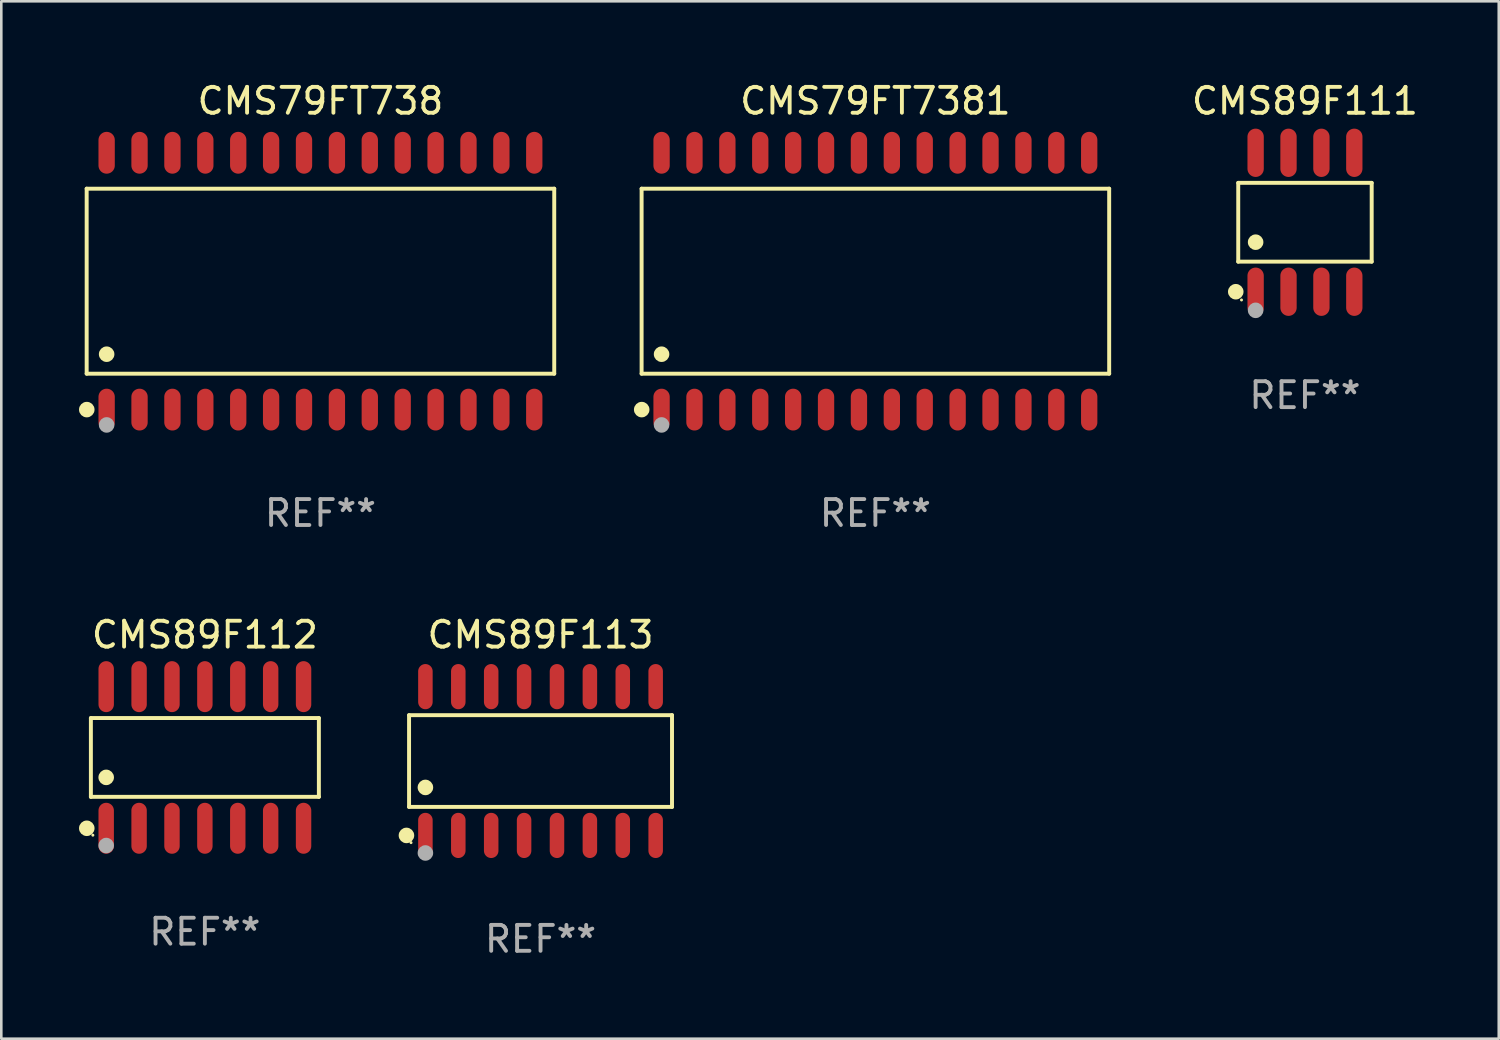
<source format=kicad_pcb>
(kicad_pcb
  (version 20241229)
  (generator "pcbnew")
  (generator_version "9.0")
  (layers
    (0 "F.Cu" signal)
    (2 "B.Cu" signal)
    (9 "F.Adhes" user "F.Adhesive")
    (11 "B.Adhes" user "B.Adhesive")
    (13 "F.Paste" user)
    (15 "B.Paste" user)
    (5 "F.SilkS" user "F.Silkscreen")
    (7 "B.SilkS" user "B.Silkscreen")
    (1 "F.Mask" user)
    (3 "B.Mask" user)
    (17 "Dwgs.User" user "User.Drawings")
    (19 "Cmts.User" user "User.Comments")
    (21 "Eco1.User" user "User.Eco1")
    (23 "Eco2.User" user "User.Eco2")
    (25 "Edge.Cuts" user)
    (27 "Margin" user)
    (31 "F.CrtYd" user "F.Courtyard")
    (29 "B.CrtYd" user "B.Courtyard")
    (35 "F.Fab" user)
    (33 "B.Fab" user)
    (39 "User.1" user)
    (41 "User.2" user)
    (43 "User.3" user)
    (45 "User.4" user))
  (footprint "CMS79FT7381"
    (layer "F.Cu")
    (at 30.747 7.806)
    (property "Reference" "CMS79FT7381" (at 0 -6.958 0) (layer "F.SilkS") (effects (font (size 1 1) (thickness 0.15))))
    (attr through_hole)
    (fp_line (start -9.026 -3.571) (end 9.026 -3.571) (stroke (width 0.152) (type solid)) (layer "F.SilkS"))
    (fp_line (start -9.026 3.571) (end -9.026 -3.571) (stroke (width 0.152) (type solid)) (layer "F.SilkS"))
    (fp_line (start 9.026 -3.571) (end 9.026 3.571) (stroke (width 0.152) (type solid)) (layer "F.SilkS"))
    (fp_line (start 9.026 3.571) (end -9.026 3.571) (stroke (width 0.152) (type solid)) (layer "F.SilkS"))
    (fp_circle (center -9.022 4.958) (end -8.872 4.958) (stroke (width 0.3) (type solid)) (fill no) (layer "F.SilkS"))
    (fp_circle (center -8.95 5.15) (end -8.92 5.15) (stroke (width 0.06) (type solid)) (fill no) (layer "F.SilkS"))
    (fp_circle (center -8.255 2.819) (end -8.105 2.819) (stroke (width 0.3) (type solid)) (fill no) (layer "F.SilkS"))
    (fp_circle (center -8.255 5.55) (end -8.105 5.55) (stroke (width 0.3) (type solid)) (fill no) (layer "F.Fab"))
    (fp_text user "REF**" (at 0 8.958 0) (layer "F.Fab") (effects (font (size 1 1) (thickness 0.15))))
    (pad "1" smd oval (at -8.255 4.958) (size 0.63 1.615) (layers "F.Cu" "F.Mask" "F.Paste"))
    (pad "2" smd oval (at -6.985 4.958) (size 0.63 1.615) (layers "F.Cu" "F.Mask" "F.Paste"))
    (pad "3" smd oval (at -5.715 4.958) (size 0.63 1.615) (layers "F.Cu" "F.Mask" "F.Paste"))
    (pad "4" smd oval (at -4.445 4.958) (size 0.63 1.615) (layers "F.Cu" "F.Mask" "F.Paste"))
    (pad "5" smd oval (at -3.175 4.958) (size 0.63 1.615) (layers "F.Cu" "F.Mask" "F.Paste"))
    (pad "6" smd oval (at -1.905 4.958) (size 0.63 1.615) (layers "F.Cu" "F.Mask" "F.Paste"))
    (pad "7" smd oval (at -0.635 4.958) (size 0.63 1.615) (layers "F.Cu" "F.Mask" "F.Paste"))
    (pad "8" smd oval (at 0.635 4.958) (size 0.63 1.615) (layers "F.Cu" "F.Mask" "F.Paste"))
    (pad "9" smd oval (at 1.905 4.958) (size 0.63 1.615) (layers "F.Cu" "F.Mask" "F.Paste"))
    (pad "10" smd oval (at 3.175 4.958) (size 0.63 1.615) (layers "F.Cu" "F.Mask" "F.Paste"))
    (pad "11" smd oval (at 4.445 4.958) (size 0.63 1.615) (layers "F.Cu" "F.Mask" "F.Paste"))
    (pad "12" smd oval (at 5.715 4.958) (size 0.63 1.615) (layers "F.Cu" "F.Mask" "F.Paste"))
    (pad "13" smd oval (at 6.985 4.958) (size 0.63 1.615) (layers "F.Cu" "F.Mask" "F.Paste"))
    (pad "14" smd oval (at 8.255 4.958) (size 0.63 1.615) (layers "F.Cu" "F.Mask" "F.Paste"))
    (pad "15" smd oval (at 8.255 -4.958) (size 0.63 1.615) (layers "F.Cu" "F.Mask" "F.Paste"))
    (pad "16" smd oval (at 6.985 -4.958) (size 0.63 1.615) (layers "F.Cu" "F.Mask" "F.Paste"))
    (pad "17" smd oval (at 5.715 -4.958) (size 0.63 1.615) (layers "F.Cu" "F.Mask" "F.Paste"))
    (pad "18" smd oval (at 4.445 -4.958) (size 0.63 1.615) (layers "F.Cu" "F.Mask" "F.Paste"))
    (pad "19" smd oval (at 3.175 -4.958) (size 0.63 1.615) (layers "F.Cu" "F.Mask" "F.Paste"))
    (pad "20" smd oval (at 1.905 -4.958) (size 0.63 1.615) (layers "F.Cu" "F.Mask" "F.Paste"))
    (pad "21" smd oval (at 0.635 -4.958) (size 0.63 1.615) (layers "F.Cu" "F.Mask" "F.Paste"))
    (pad "22" smd oval (at -0.635 -4.958) (size 0.63 1.615) (layers "F.Cu" "F.Mask" "F.Paste"))
    (pad "23" smd oval (at -1.905 -4.958) (size 0.63 1.615) (layers "F.Cu" "F.Mask" "F.Paste"))
    (pad "24" smd oval (at -3.175 -4.958) (size 0.63 1.615) (layers "F.Cu" "F.Mask" "F.Paste"))
    (pad "25" smd oval (at -4.445 -4.958) (size 0.63 1.615) (layers "F.Cu" "F.Mask" "F.Paste"))
    (pad "26" smd oval (at -5.715 -4.958) (size 0.63 1.615) (layers "F.Cu" "F.Mask" "F.Paste"))
    (pad "27" smd oval (at -6.985 -4.958) (size 0.63 1.615) (layers "F.Cu" "F.Mask" "F.Paste"))
    (pad "28" smd oval (at -8.255 -4.958) (size 0.63 1.615) (layers "F.Cu" "F.Mask" "F.Paste")))
  (footprint "CMS89F113"
    (layer "F.Cu")
    (at 17.819 26.332)
    (property "Reference" "CMS89F113" (at 0 -4.872 0) (layer "F.SilkS") (effects (font (size 1 1) (thickness 0.15))))
    (attr through_hole)
    (fp_line (start -5.076 -1.771) (end 5.076 -1.771) (stroke (width 0.152) (type solid)) (layer "F.SilkS"))
    (fp_line (start -5.076 1.771) (end -5.076 -1.771) (stroke (width 0.152) (type solid)) (layer "F.SilkS"))
    (fp_line (start 5.076 -1.771) (end 5.076 1.771) (stroke (width 0.152) (type solid)) (layer "F.SilkS"))
    (fp_line (start 5.076 1.771) (end -5.076 1.771) (stroke (width 0.152) (type solid)) (layer "F.SilkS"))
    (fp_circle (center -5.177 2.872) (end -5.027 2.872) (stroke (width 0.3) (type solid)) (fill no) (layer "F.SilkS"))
    (fp_circle (center -5 3.15) (end -4.97 3.15) (stroke (width 0.06) (type solid)) (fill no) (layer "F.SilkS"))
    (fp_circle (center -4.445 1.019) (end -4.295 1.019) (stroke (width 0.3) (type solid)) (fill no) (layer "F.SilkS"))
    (fp_circle (center -4.445 3.55) (end -4.295 3.55) (stroke (width 0.3) (type solid)) (fill no) (layer "F.Fab"))
    (fp_text user "REF**" (at 0 6.872 0) (layer "F.Fab") (effects (font (size 1 1) (thickness 0.15))))
    (pad "1" smd oval (at -4.445 2.872) (size 0.56 1.745) (layers "F.Cu" "F.Mask" "F.Paste"))
    (pad "2" smd oval (at -3.175 2.872) (size 0.56 1.745) (layers "F.Cu" "F.Mask" "F.Paste"))
    (pad "3" smd oval (at -1.905 2.872) (size 0.56 1.745) (layers "F.Cu" "F.Mask" "F.Paste"))
    (pad "4" smd oval (at -0.635 2.872) (size 0.56 1.745) (layers "F.Cu" "F.Mask" "F.Paste"))
    (pad "5" smd oval (at 0.635 2.872) (size 0.56 1.745) (layers "F.Cu" "F.Mask" "F.Paste"))
    (pad "6" smd oval (at 1.905 2.872) (size 0.56 1.745) (layers "F.Cu" "F.Mask" "F.Paste"))
    (pad "7" smd oval (at 3.175 2.872) (size 0.56 1.745) (layers "F.Cu" "F.Mask" "F.Paste"))
    (pad "8" smd oval (at 4.445 2.872) (size 0.56 1.745) (layers "F.Cu" "F.Mask" "F.Paste"))
    (pad "9" smd oval (at 4.445 -2.872) (size 0.56 1.745) (layers "F.Cu" "F.Mask" "F.Paste"))
    (pad "10" smd oval (at 3.175 -2.872) (size 0.56 1.745) (layers "F.Cu" "F.Mask" "F.Paste"))
    (pad "11" smd oval (at 1.905 -2.872) (size 0.56 1.745) (layers "F.Cu" "F.Mask" "F.Paste"))
    (pad "12" smd oval (at 0.635 -2.872) (size 0.56 1.745) (layers "F.Cu" "F.Mask" "F.Paste"))
    (pad "13" smd oval (at -0.635 -2.872) (size 0.56 1.745) (layers "F.Cu" "F.Mask" "F.Paste"))
    (pad "14" smd oval (at -1.905 -2.872) (size 0.56 1.745) (layers "F.Cu" "F.Mask" "F.Paste"))
    (pad "15" smd oval (at -3.175 -2.872) (size 0.56 1.745) (layers "F.Cu" "F.Mask" "F.Paste"))
    (pad "16" smd oval (at -4.445 -2.872) (size 0.56 1.745) (layers "F.Cu" "F.Mask" "F.Paste")))
  (footprint "CMS89F111"
    (layer "F.Cu")
    (at 47.332 5.531)
    (property "Reference" "CMS89F111" (at 0 -4.682 0) (layer "F.SilkS") (effects (font (size 1 1) (thickness 0.15))))
    (attr through_hole)
    (fp_line (start -2.576 -1.521) (end 2.576 -1.521) (stroke (width 0.152) (type solid)) (layer "F.SilkS"))
    (fp_line (start -2.576 1.521) (end -2.576 -1.521) (stroke (width 0.152) (type solid)) (layer "F.SilkS"))
    (fp_line (start 2.576 -1.521) (end 2.576 1.521) (stroke (width 0.152) (type solid)) (layer "F.SilkS"))
    (fp_line (start 2.576 1.521) (end -2.576 1.521) (stroke (width 0.152) (type solid)) (layer "F.SilkS"))
    (fp_circle (center -2.672 2.682) (end -2.522 2.682) (stroke (width 0.3) (type solid)) (fill no) (layer "F.SilkS"))
    (fp_circle (center -2.45 3) (end -2.42 3) (stroke (width 0.06) (type solid)) (fill no) (layer "F.SilkS"))
    (fp_circle (center -1.905 0.769) (end -1.755 0.769) (stroke (width 0.3) (type solid)) (fill no) (layer "F.SilkS"))
    (fp_circle (center -1.905 3.4) (end -1.755 3.4) (stroke (width 0.3) (type solid)) (fill no) (layer "F.Fab"))
    (fp_text user "REF**" (at 0 6.682 0) (layer "F.Fab") (effects (font (size 1 1) (thickness 0.15))))
    (pad "1" smd oval (at -1.905 2.682) (size 0.63 1.865) (layers "F.Cu" "F.Mask" "F.Paste"))
    (pad "2" smd oval (at -0.635 2.682) (size 0.63 1.865) (layers "F.Cu" "F.Mask" "F.Paste"))
    (pad "3" smd oval (at 0.635 2.682) (size 0.63 1.865) (layers "F.Cu" "F.Mask" "F.Paste"))
    (pad "4" smd oval (at 1.905 2.682) (size 0.63 1.865) (layers "F.Cu" "F.Mask" "F.Paste"))
    (pad "5" smd oval (at 1.905 -2.682) (size 0.63 1.865) (layers "F.Cu" "F.Mask" "F.Paste"))
    (pad "6" smd oval (at 0.635 -2.682) (size 0.63 1.865) (layers "F.Cu" "F.Mask" "F.Paste"))
    (pad "7" smd oval (at -0.635 -2.682) (size 0.63 1.865) (layers "F.Cu" "F.Mask" "F.Paste"))
    (pad "8" smd oval (at -1.905 -2.682) (size 0.63 1.865) (layers "F.Cu" "F.Mask" "F.Paste")))
  (footprint "CMS79FT738"
    (layer "F.Cu")
    (at 9.322 7.806)
    (property "Reference" "CMS79FT738" (at 0 -6.958 0) (layer "F.SilkS") (effects (font (size 1 1) (thickness 0.15))))
    (attr through_hole)
    (fp_line (start -9.026 -3.571) (end 9.026 -3.571) (stroke (width 0.152) (type solid)) (layer "F.SilkS"))
    (fp_line (start -9.026 3.571) (end -9.026 -3.571) (stroke (width 0.152) (type solid)) (layer "F.SilkS"))
    (fp_line (start 9.026 -3.571) (end 9.026 3.571) (stroke (width 0.152) (type solid)) (layer "F.SilkS"))
    (fp_line (start 9.026 3.571) (end -9.026 3.571) (stroke (width 0.152) (type solid)) (layer "F.SilkS"))
    (fp_circle (center -9.022 4.958) (end -8.872 4.958) (stroke (width 0.3) (type solid)) (fill no) (layer "F.SilkS"))
    (fp_circle (center -8.95 5.15) (end -8.92 5.15) (stroke (width 0.06) (type solid)) (fill no) (layer "F.SilkS"))
    (fp_circle (center -8.255 2.819) (end -8.105 2.819) (stroke (width 0.3) (type solid)) (fill no) (layer "F.SilkS"))
    (fp_circle (center -8.255 5.55) (end -8.105 5.55) (stroke (width 0.3) (type solid)) (fill no) (layer "F.Fab"))
    (fp_text user "REF**" (at 0 8.958 0) (layer "F.Fab") (effects (font (size 1 1) (thickness 0.15))))
    (pad "1" smd oval (at -8.255 4.958) (size 0.63 1.615) (layers "F.Cu" "F.Mask" "F.Paste"))
    (pad "2" smd oval (at -6.985 4.958) (size 0.63 1.615) (layers "F.Cu" "F.Mask" "F.Paste"))
    (pad "3" smd oval (at -5.715 4.958) (size 0.63 1.615) (layers "F.Cu" "F.Mask" "F.Paste"))
    (pad "4" smd oval (at -4.445 4.958) (size 0.63 1.615) (layers "F.Cu" "F.Mask" "F.Paste"))
    (pad "5" smd oval (at -3.175 4.958) (size 0.63 1.615) (layers "F.Cu" "F.Mask" "F.Paste"))
    (pad "6" smd oval (at -1.905 4.958) (size 0.63 1.615) (layers "F.Cu" "F.Mask" "F.Paste"))
    (pad "7" smd oval (at -0.635 4.958) (size 0.63 1.615) (layers "F.Cu" "F.Mask" "F.Paste"))
    (pad "8" smd oval (at 0.635 4.958) (size 0.63 1.615) (layers "F.Cu" "F.Mask" "F.Paste"))
    (pad "9" smd oval (at 1.905 4.958) (size 0.63 1.615) (layers "F.Cu" "F.Mask" "F.Paste"))
    (pad "10" smd oval (at 3.175 4.958) (size 0.63 1.615) (layers "F.Cu" "F.Mask" "F.Paste"))
    (pad "11" smd oval (at 4.445 4.958) (size 0.63 1.615) (layers "F.Cu" "F.Mask" "F.Paste"))
    (pad "12" smd oval (at 5.715 4.958) (size 0.63 1.615) (layers "F.Cu" "F.Mask" "F.Paste"))
    (pad "13" smd oval (at 6.985 4.958) (size 0.63 1.615) (layers "F.Cu" "F.Mask" "F.Paste"))
    (pad "14" smd oval (at 8.255 4.958) (size 0.63 1.615) (layers "F.Cu" "F.Mask" "F.Paste"))
    (pad "15" smd oval (at 8.255 -4.958) (size 0.63 1.615) (layers "F.Cu" "F.Mask" "F.Paste"))
    (pad "16" smd oval (at 6.985 -4.958) (size 0.63 1.615) (layers "F.Cu" "F.Mask" "F.Paste"))
    (pad "17" smd oval (at 5.715 -4.958) (size 0.63 1.615) (layers "F.Cu" "F.Mask" "F.Paste"))
    (pad "18" smd oval (at 4.445 -4.958) (size 0.63 1.615) (layers "F.Cu" "F.Mask" "F.Paste"))
    (pad "19" smd oval (at 3.175 -4.958) (size 0.63 1.615) (layers "F.Cu" "F.Mask" "F.Paste"))
    (pad "20" smd oval (at 1.905 -4.958) (size 0.63 1.615) (layers "F.Cu" "F.Mask" "F.Paste"))
    (pad "21" smd oval (at 0.635 -4.958) (size 0.63 1.615) (layers "F.Cu" "F.Mask" "F.Paste"))
    (pad "22" smd oval (at -0.635 -4.958) (size 0.63 1.615) (layers "F.Cu" "F.Mask" "F.Paste"))
    (pad "23" smd oval (at -1.905 -4.958) (size 0.63 1.615) (layers "F.Cu" "F.Mask" "F.Paste"))
    (pad "24" smd oval (at -3.175 -4.958) (size 0.63 1.615) (layers "F.Cu" "F.Mask" "F.Paste"))
    (pad "25" smd oval (at -4.445 -4.958) (size 0.63 1.615) (layers "F.Cu" "F.Mask" "F.Paste"))
    (pad "26" smd oval (at -5.715 -4.958) (size 0.63 1.615) (layers "F.Cu" "F.Mask" "F.Paste"))
    (pad "27" smd oval (at -6.985 -4.958) (size 0.63 1.615) (layers "F.Cu" "F.Mask" "F.Paste"))
    (pad "28" smd oval (at -8.255 -4.958) (size 0.63 1.615) (layers "F.Cu" "F.Mask" "F.Paste")))
  (footprint "CMS89F112"
    (layer "F.Cu")
    (at 4.86 26.194)
    (property "Reference" "CMS89F112" (at 0 -4.734 0) (layer "F.SilkS") (effects (font (size 1 1) (thickness 0.15))))
    (attr through_hole)
    (fp_line (start -4.401 -1.521) (end 4.401 -1.521) (stroke (width 0.152) (type solid)) (layer "F.SilkS"))
    (fp_line (start -4.401 1.521) (end -4.401 -1.521) (stroke (width 0.152) (type solid)) (layer "F.SilkS"))
    (fp_line (start 4.401 -1.521) (end 4.401 1.521) (stroke (width 0.152) (type solid)) (layer "F.SilkS"))
    (fp_line (start 4.401 1.521) (end -4.401 1.521) (stroke (width 0.152) (type solid)) (layer "F.SilkS"))
    (fp_circle (center -4.56 2.734) (end -4.41 2.734) (stroke (width 0.3) (type solid)) (fill no) (layer "F.SilkS"))
    (fp_circle (center -4.325 3) (end -4.295 3) (stroke (width 0.06) (type solid)) (fill no) (layer "F.SilkS"))
    (fp_circle (center -3.81 0.769) (end -3.66 0.769) (stroke (width 0.3) (type solid)) (fill no) (layer "F.SilkS"))
    (fp_circle (center -3.81 3.4) (end -3.66 3.4) (stroke (width 0.3) (type solid)) (fill no) (layer "F.Fab"))
    (fp_text user "REF**" (at 0 6.734 0) (layer "F.Fab") (effects (font (size 1 1) (thickness 0.15))))
    (pad "1" smd oval (at -3.81 2.734) (size 0.595 1.968) (layers "F.Cu" "F.Mask" "F.Paste"))
    (pad "2" smd oval (at -2.54 2.734) (size 0.595 1.968) (layers "F.Cu" "F.Mask" "F.Paste"))
    (pad "3" smd oval (at -1.27 2.734) (size 0.595 1.968) (layers "F.Cu" "F.Mask" "F.Paste"))
    (pad "4" smd oval (at 0 2.734) (size 0.595 1.968) (layers "F.Cu" "F.Mask" "F.Paste"))
    (pad "5" smd oval (at 1.27 2.734) (size 0.595 1.968) (layers "F.Cu" "F.Mask" "F.Paste"))
    (pad "6" smd oval (at 2.54 2.734) (size 0.595 1.968) (layers "F.Cu" "F.Mask" "F.Paste"))
    (pad "7" smd oval (at 3.81 2.734) (size 0.595 1.968) (layers "F.Cu" "F.Mask" "F.Paste"))
    (pad "8" smd oval (at 3.81 -2.734) (size 0.595 1.968) (layers "F.Cu" "F.Mask" "F.Paste"))
    (pad "9" smd oval (at 2.54 -2.734) (size 0.595 1.968) (layers "F.Cu" "F.Mask" "F.Paste"))
    (pad "10" smd oval (at 1.27 -2.734) (size 0.595 1.968) (layers "F.Cu" "F.Mask" "F.Paste"))
    (pad "11" smd oval (at 0 -2.734) (size 0.595 1.968) (layers "F.Cu" "F.Mask" "F.Paste"))
    (pad "12" smd oval (at -1.27 -2.734) (size 0.595 1.968) (layers "F.Cu" "F.Mask" "F.Paste"))
    (pad "13" smd oval (at -2.54 -2.734) (size 0.595 1.968) (layers "F.Cu" "F.Mask" "F.Paste"))
    (pad "14" smd oval (at -3.81 -2.734) (size 0.595 1.968) (layers "F.Cu" "F.Mask" "F.Paste")))
  (gr_rect
    (start -3 -3)
    (end 54.814 37.053)
    (stroke (width 0.1) (type default))
    (fill no)
    (layer "Edge.Cuts")))
</source>
